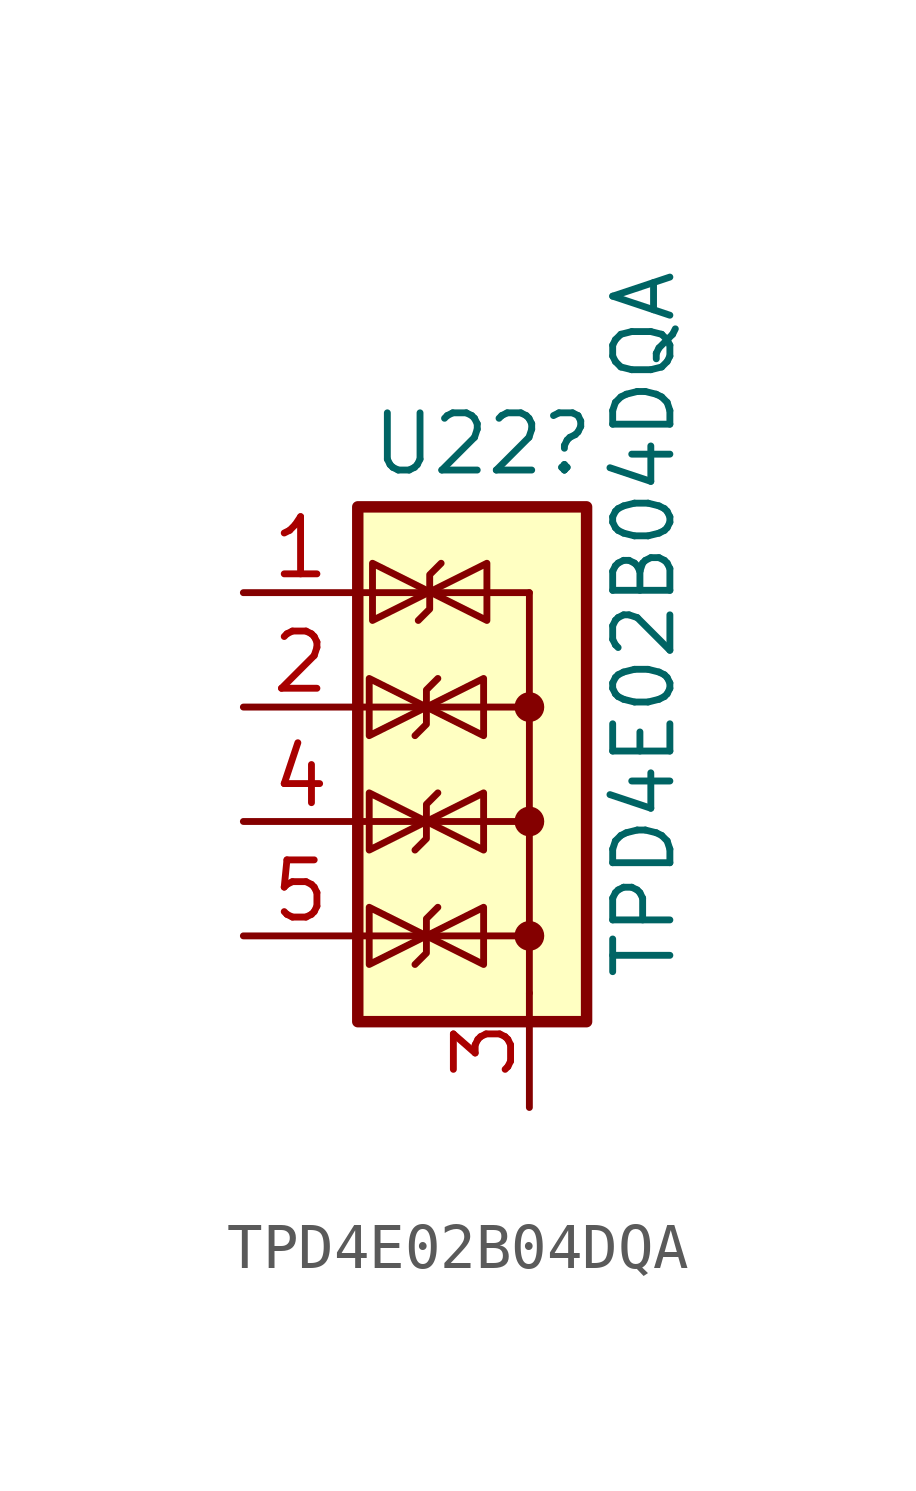
<source format=kicad_sym>
(kicad_symbol_lib
  (version 20231120)
  (generator "kicad_symbol_editor")
  (generator_version "8.0")
  (symbol "TPD4E02B04DQA"
    (pin_names hide)
    (property "Reference" "U22"
      (at -2.286 7.112 0)
      (effects (font (size 1.27 1.27)) (justify left)))
    (property "Value" "TPD4E02B04DQA"
      (at 3.81 -4.826 90)
      (effects (font (size 1.27 1.27)) (justify left)))
    (symbol "TPD4E02B04DQA_0_0"
      (pin passive line (at 1.27 -7.62 90) (length 2.54) (name "G" (effects (font (size 1.27 1.27)))) (number "3" (effects (font (size 1.27 1.27))))))
    (symbol "TPD4E02B04DQA_0_1"
      (rectangle (start -2.54 5.715) (end 2.54 -5.715) (stroke (width 0.254) (type default)) (fill (type background)))
      (polyline (pts (xy -2.54 -3.81) (xy 1.27 -3.81)) (stroke (width 0) (type default)) (fill (type none)))
      (polyline (pts (xy -2.54 -1.27) (xy 1.27 -1.27)) (stroke (width 0) (type default)) (fill (type none)))
      (polyline (pts (xy -2.54 1.27) (xy 1.27 1.27)) (stroke (width 0) (type default)) (fill (type none)))
      (polyline (pts (xy -2.54 3.81) (xy 1.27 3.81)) (stroke (width 0) (type default)) (fill (type none)))
      (polyline (pts (xy 1.27 3.81) (xy 1.27 -5.08)) (stroke (width 0.152) (type default)) (fill (type none)))
      (polyline (pts (xy -1.016 -3.81) (xy 0.254 -4.445) (xy 0.254 -3.175) (xy -1.016 -3.81)) (stroke (width 0) (type default)) (fill (type none)))
      (polyline (pts (xy -1.016 -1.27) (xy 0.254 -1.905) (xy 0.254 -0.635) (xy -1.016 -1.27)) (stroke (width 0) (type default)) (fill (type none)))
      (polyline (pts (xy -1.016 1.27) (xy 0.254 0.635) (xy 0.254 1.905) (xy -1.016 1.27)) (stroke (width 0) (type default)) (fill (type none)))
      (polyline (pts (xy -0.943 3.828) (xy 0.327 3.193) (xy 0.327 4.463) (xy -0.943 3.828)) (stroke (width 0) (type default)) (fill (type none)))
      (circle (center 1.27 -3.81) (radius 0.254) (stroke (width 0) (type default)) (fill (type outline)))
      (circle (center 1.27 -1.27) (radius 0.254) (stroke (width 0) (type default)) (fill (type outline)))
      (circle (center 1.27 1.27) (radius 0.254) (stroke (width 0) (type default)) (fill (type outline))))
    (symbol "TPD4E02B04DQA_1_1"
      (polyline (pts (xy -1.27 -4.445) (xy -1.016 -4.191) (xy -1.016 -3.429) (xy -0.762 -3.175)) (stroke (width 0) (type default)) (fill (type none)))
      (polyline (pts (xy -1.27 -1.905) (xy -1.016 -1.651) (xy -1.016 -0.889) (xy -0.762 -0.635)) (stroke (width 0) (type default)) (fill (type none)))
      (polyline (pts (xy -1.27 0.635) (xy -1.016 0.889) (xy -1.016 1.651) (xy -0.762 1.905)) (stroke (width 0) (type default)) (fill (type none)))
      (polyline (pts (xy -1.197 3.193) (xy -0.943 3.447) (xy -0.943 4.209) (xy -0.689 4.463)) (stroke (width 0) (type default)) (fill (type none)))
      (polyline (pts (xy -1.016 -3.81) (xy -2.286 -4.445) (xy -2.286 -3.175) (xy -1.016 -3.81)) (stroke (width 0) (type default)) (fill (type none)))
      (polyline (pts (xy -1.016 -1.27) (xy -2.286 -1.905) (xy -2.286 -0.635) (xy -1.016 -1.27)) (stroke (width 0) (type default)) (fill (type none)))
      (polyline (pts (xy -1.016 1.27) (xy -2.286 0.635) (xy -2.286 1.905) (xy -1.016 1.27)) (stroke (width 0) (type default)) (fill (type none)))
      (polyline (pts (xy -0.943 3.828) (xy -2.213 3.193) (xy -2.213 4.463) (xy -0.943 3.828)) (stroke (width 0) (type default)) (fill (type none)))
      (pin passive line (at -5.08 3.81 0) (length 2.54) (name "IO1" (effects (font (size 1.27 1.27)))) (number "1" (effects (font (size 1.27 1.27)))))
      (pin free line (at -5.08 3.81 0) (length 2.54) hide (name "NC" (effects (font (size 1.27 1.27)))) (number "10" (effects (font (size 1.27 1.27)))))
      (pin passive line (at -5.08 1.27 0) (length 2.54) (name "IO2" (effects (font (size 1.27 1.27)))) (number "2" (effects (font (size 1.27 1.27)))))
      (pin passive line (at -5.08 -1.27 0) (length 2.54) (name "IO3" (effects (font (size 1.27 1.27)))) (number "4" (effects (font (size 1.27 1.27)))))
      (pin passive line (at -5.08 -3.81 0) (length 2.54) (name "IO4" (effects (font (size 1.27 1.27)))) (number "5" (effects (font (size 1.27 1.27)))))
      (pin free line (at -5.08 -3.81 0) (length 2.54) hide (name "NC" (effects (font (size 1.27 1.27)))) (number "6" (effects (font (size 1.27 1.27)))))
      (pin free line (at -5.08 -1.27 0) (length 2.54) hide (name "NC" (effects (font (size 1.27 1.27)))) (number "7" (effects (font (size 1.27 1.27)))))
      (pin passive line (at 1.27 -7.62 90) (length 2.54) hide (name "G" (effects (font (size 1.27 1.27)))) (number "8" (effects (font (size 1.27 1.27)))))
      (pin free line (at -5.08 1.27 0) (length 2.54) hide (name "NC" (effects (font (size 1.27 1.27)))) (number "9" (effects (font (size 1.27 1.27))))))))
</source>
